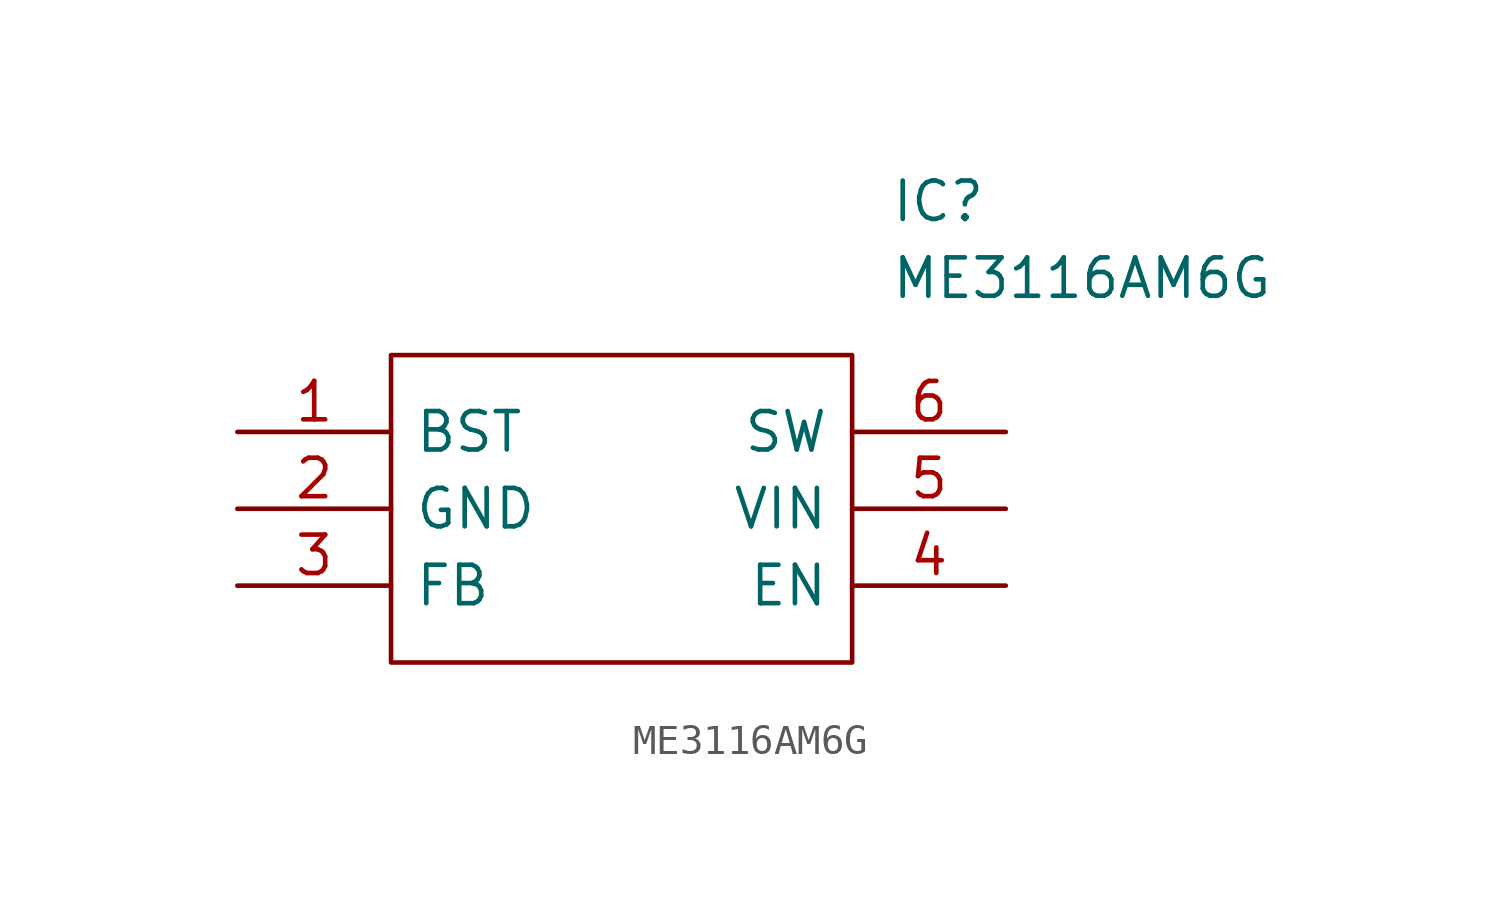
<source format=kicad_sym>
(kicad_symbol_lib
  (version 20211014)
  (generator kicad_symbol_editor)
  (symbol "ME3116AM6G"
    (pin_names
      (offset 0.762))
    (property "Reference" "IC"
      (at 21.59 7.62 0)
      (effects (font (size 1.27 1.27)) (justify left)))
    (property "Value" "ME3116AM6G"
      (at 21.59 5.08 0)
      (effects (font (size 1.27 1.27)) (justify left)))
    (symbol "ME3116AM6G_0_0"
      (pin passive line (at 0 0 0) (length 5.08) (name "BST" (effects (font (size 1.27 1.27)))) (number "1" (effects (font (size 1.27 1.27)))))
      (pin passive line (at 0 -2.54 0) (length 5.08) (name "GND" (effects (font (size 1.27 1.27)))) (number "2" (effects (font (size 1.27 1.27)))))
      (pin passive line (at 0 -5.08 0) (length 5.08) (name "FB" (effects (font (size 1.27 1.27)))) (number "3" (effects (font (size 1.27 1.27)))))
      (pin passive line (at 25.4 -5.08 180) (length 5.08) (name "EN" (effects (font (size 1.27 1.27)))) (number "4" (effects (font (size 1.27 1.27)))))
      (pin passive line (at 25.4 -2.54 180) (length 5.08) (name "VIN" (effects (font (size 1.27 1.27)))) (number "5" (effects (font (size 1.27 1.27)))))
      (pin passive line (at 25.4 0 180) (length 5.08) (name "SW" (effects (font (size 1.27 1.27)))) (number "6" (effects (font (size 1.27 1.27))))))
    (symbol "ME3116AM6G_0_1"
      (polyline (pts (xy 5.08 2.54) (xy 20.32 2.54) (xy 20.32 -7.62) (xy 5.08 -7.62) (xy 5.08 2.54)) (stroke (width 0.152) (type default) (color 0 0 0 0)) (fill (type none))))))
</source>
